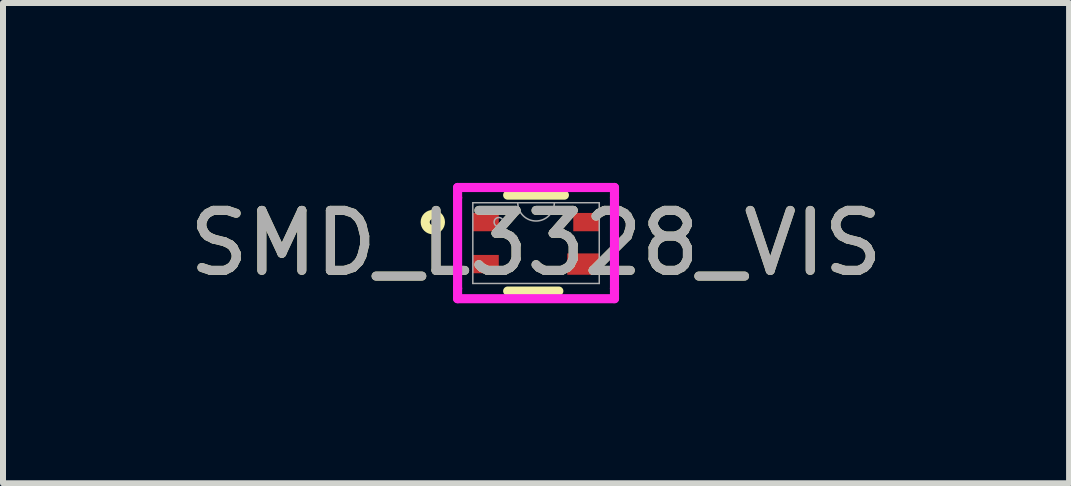
<source format=kicad_pcb>
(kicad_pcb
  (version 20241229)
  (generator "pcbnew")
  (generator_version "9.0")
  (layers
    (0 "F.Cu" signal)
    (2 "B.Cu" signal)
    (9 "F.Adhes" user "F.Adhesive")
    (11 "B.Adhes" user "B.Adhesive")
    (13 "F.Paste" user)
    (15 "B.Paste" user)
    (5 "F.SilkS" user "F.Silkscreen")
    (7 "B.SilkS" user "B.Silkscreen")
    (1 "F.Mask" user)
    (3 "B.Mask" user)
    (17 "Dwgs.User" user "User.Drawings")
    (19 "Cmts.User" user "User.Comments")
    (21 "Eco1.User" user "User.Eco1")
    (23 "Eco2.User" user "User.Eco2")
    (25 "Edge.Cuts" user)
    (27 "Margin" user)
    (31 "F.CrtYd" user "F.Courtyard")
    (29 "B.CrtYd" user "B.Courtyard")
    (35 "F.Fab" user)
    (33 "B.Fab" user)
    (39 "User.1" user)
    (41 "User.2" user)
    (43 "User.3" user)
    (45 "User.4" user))
  (footprint "SMD_L3328_VIS"
    (layer "F.Cu")
    (at 5.887 1.003)
    (property "Reference" "SMD_L3328_VIS" (at 0 0 0) (unlocked yes) (layer "F.SilkS") (effects (font (size 1 1) (thickness 0.15))))
    (attr smd)
    (fp_line (start -0.473 0.8) (end 0.38 0.8) (stroke (width 0.152) (type solid)) (layer "F.SilkS"))
    (fp_line (start 0.473 -0.8) (end -0.473 -0.8) (stroke (width 0.152) (type solid)) (layer "F.SilkS"))
    (fp_circle (center -1.721 -0.35) (end -1.594 -0.35) (stroke (width 0.152) (type solid)) (fill no) (layer "F.SilkS"))
    (fp_line (start -1.308 -0.927) (end 1.308 -0.927) (stroke (width 0.152) (type solid)) (layer "F.CrtYd"))
    (fp_line (start -1.308 -0.756) (end -1.308 -0.927) (stroke (width 0.152) (type solid)) (layer "F.CrtYd"))
    (fp_line (start -1.308 -0.756) (end -1.308 -0.756) (stroke (width 0.152) (type solid)) (layer "F.CrtYd"))
    (fp_line (start -1.308 0.756) (end -1.308 -0.756) (stroke (width 0.152) (type solid)) (layer "F.CrtYd"))
    (fp_line (start -1.308 0.756) (end -1.308 0.756) (stroke (width 0.152) (type solid)) (layer "F.CrtYd"))
    (fp_line (start -1.308 0.927) (end -1.308 0.756) (stroke (width 0.152) (type solid)) (layer "F.CrtYd"))
    (fp_line (start 1.308 -0.927) (end 1.308 -0.756) (stroke (width 0.152) (type solid)) (layer "F.CrtYd"))
    (fp_line (start 1.308 -0.756) (end 1.308 -0.756) (stroke (width 0.152) (type solid)) (layer "F.CrtYd"))
    (fp_line (start 1.308 -0.756) (end 1.308 0.756) (stroke (width 0.152) (type solid)) (layer "F.CrtYd"))
    (fp_line (start 1.308 0.756) (end 1.308 0.756) (stroke (width 0.152) (type solid)) (layer "F.CrtYd"))
    (fp_line (start 1.308 0.756) (end 1.308 0.927) (stroke (width 0.152) (type solid)) (layer "F.CrtYd"))
    (fp_line (start 1.308 0.927) (end -1.308 0.927) (stroke (width 0.152) (type solid)) (layer "F.CrtYd"))
    (fp_line (start -1.054 -0.673) (end -1.054 0.673) (stroke (width 0.025) (type solid)) (layer "F.Fab"))
    (fp_line (start -1.054 0.673) (end 1.054 0.673) (stroke (width 0.025) (type solid)) (layer "F.Fab"))
    (fp_line (start 1.054 -0.673) (end -1.054 -0.673) (stroke (width 0.025) (type solid)) (layer "F.Fab"))
    (fp_line (start 1.054 0.673) (end 1.054 -0.673) (stroke (width 0.025) (type solid)) (layer "F.Fab"))
    (fp_arc (start 0.3048 -0.6731) (mid 0 -0.3683) (end -0.3048 -0.6731) (stroke (width 0.0254) (type solid)) (layer "F.Fab"))
    (fp_circle (center -0.622 -0.35) (end -0.545 -0.35) (stroke (width 0.025) (type solid)) (fill no) (layer "F.Fab"))
    (fp_text user "${REFERENCE}" (at 0 0 0) (unlocked yes) (layer "F.Fab") (effects (font (size 1 1) (thickness 0.15))))
    (pad "1" smd rect (at -0.837 -0.35) (size 0.432 0.305) (layers "F.Cu" "F.Mask" "F.Paste"))
    (pad "2" smd rect (at -0.837 0.35) (size 0.432 0.305) (layers "F.Cu" "F.Mask" "F.Paste"))
    (pad "3" smd rect (at 0.787 0.35) (size 0.533 0.356) (layers "F.Cu" "F.Mask" "F.Paste"))
    (pad "4" smd rect (at 0.837 -0.35) (size 0.432 0.305) (layers "F.Cu" "F.Mask" "F.Paste")))
  (gr_rect
    (start -3 -3)
    (end 14.774 5.007)
    (stroke (width 0.1) (type default))
    (fill no)
    (layer "Edge.Cuts")))
</source>
